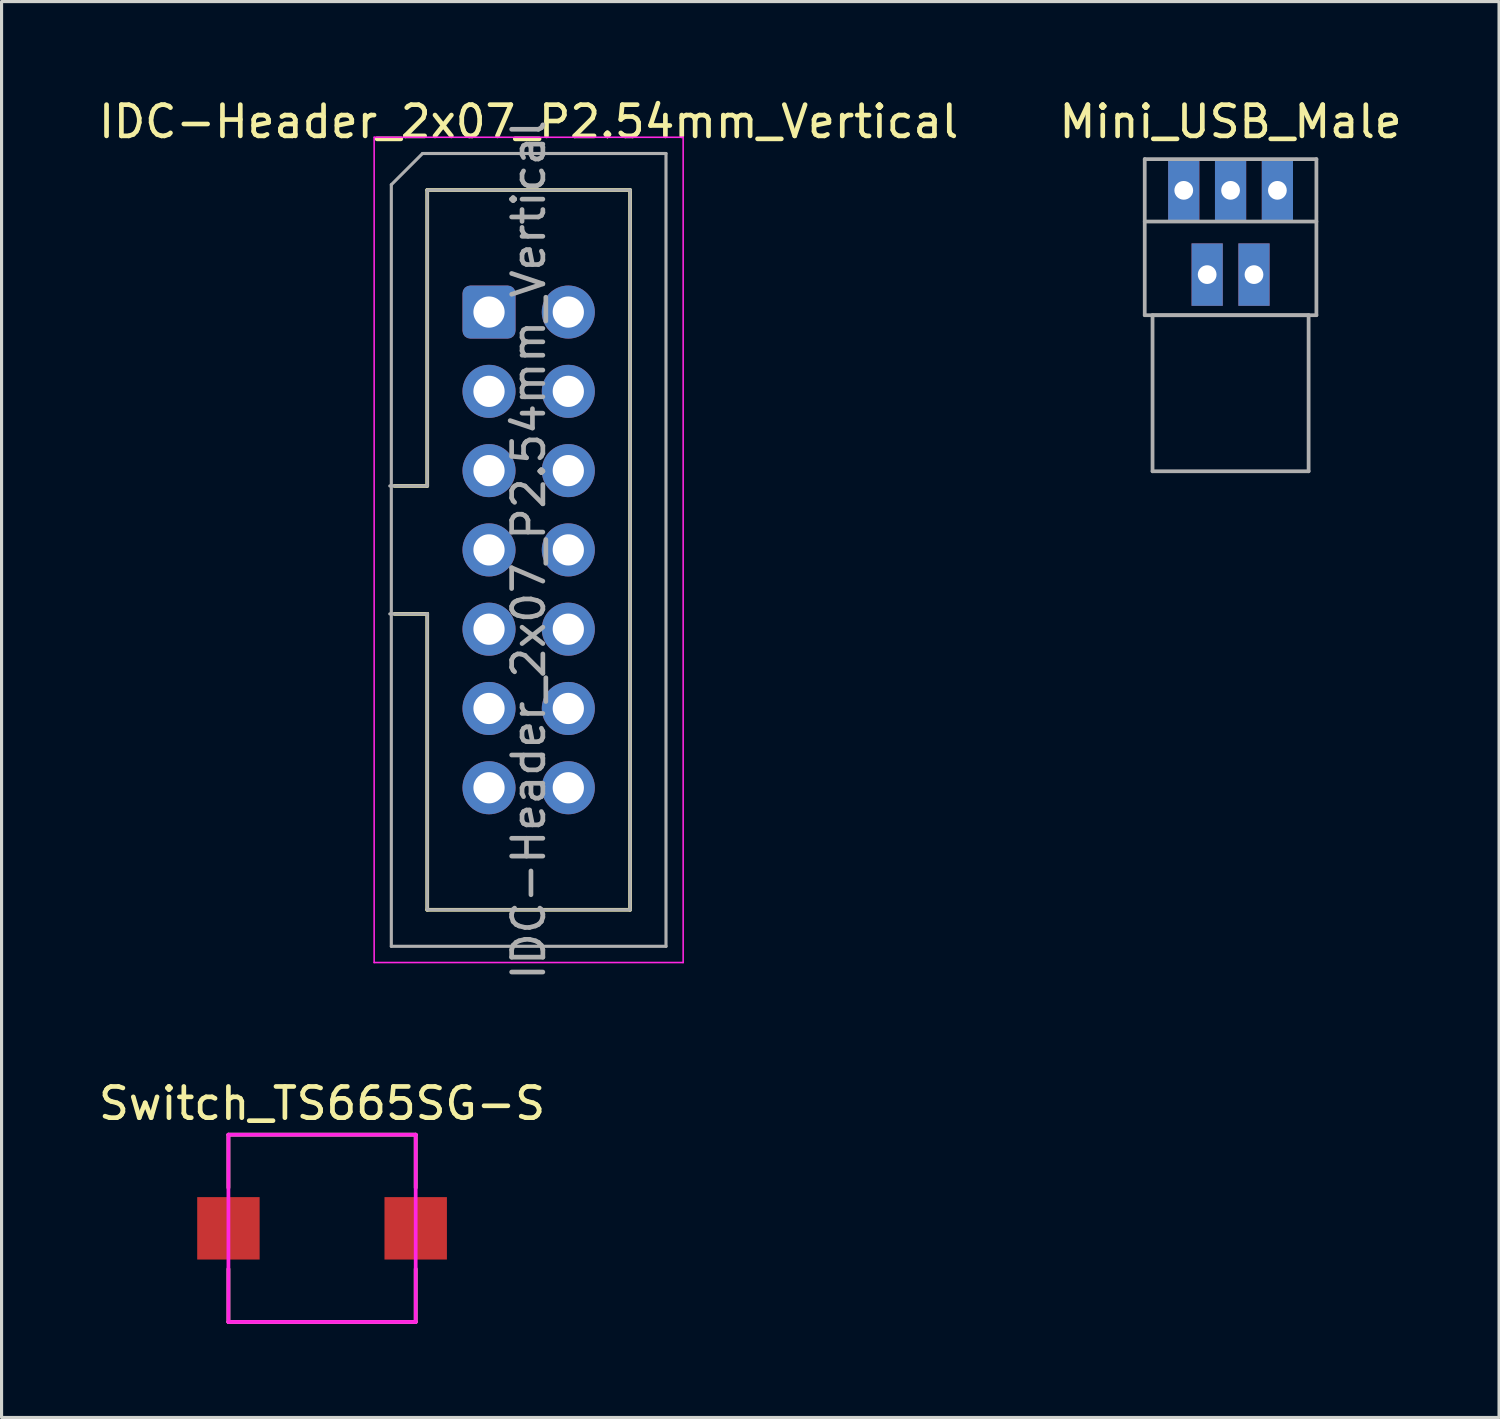
<source format=kicad_pcb>
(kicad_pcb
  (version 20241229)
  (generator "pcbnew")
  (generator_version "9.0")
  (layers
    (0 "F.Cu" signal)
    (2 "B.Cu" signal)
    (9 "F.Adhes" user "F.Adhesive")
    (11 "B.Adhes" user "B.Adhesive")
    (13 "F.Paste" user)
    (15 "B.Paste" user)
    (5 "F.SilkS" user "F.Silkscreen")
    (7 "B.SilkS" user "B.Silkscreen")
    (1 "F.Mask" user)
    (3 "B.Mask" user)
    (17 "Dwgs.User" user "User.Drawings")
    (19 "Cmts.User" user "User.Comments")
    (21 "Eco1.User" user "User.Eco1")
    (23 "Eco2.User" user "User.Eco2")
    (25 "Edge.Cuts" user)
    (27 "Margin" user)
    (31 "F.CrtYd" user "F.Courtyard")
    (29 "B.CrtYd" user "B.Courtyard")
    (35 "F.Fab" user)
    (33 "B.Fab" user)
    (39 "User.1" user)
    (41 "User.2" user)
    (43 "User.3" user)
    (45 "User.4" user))
  (footprint "Mini_USB_Male"
    (layer "F.Cu")
    (at 36.375 7.048)
    (property "Reference" "Mini_USB_Male" (at 0 -6.2 0) (layer "F.SilkS") (effects (font (size 1 1) (thickness 0.15))))
    (attr through_hole)
    (fp_line (start -2.75 -5) (end 2.75 -5) (stroke (width 0.12) (type solid)) (layer "F.Fab"))
    (fp_line (start -2.75 -3) (end 2.75 -3) (stroke (width 0.12) (type solid)) (layer "F.Fab"))
    (fp_line (start -2.75 0) (end -2.75 -5) (stroke (width 0.12) (type solid)) (layer "F.Fab"))
    (fp_line (start -2.5 0) (end 2.5 0) (stroke (width 0.12) (type solid)) (layer "F.Fab"))
    (fp_line (start -2.5 5) (end -2.5 0) (stroke (width 0.12) (type solid)) (layer "F.Fab"))
    (fp_line (start 2.5 0) (end 2.5 5) (stroke (width 0.12) (type solid)) (layer "F.Fab"))
    (fp_line (start 2.5 5) (end -2.5 5) (stroke (width 0.12) (type solid)) (layer "F.Fab"))
    (fp_line (start 2.75 -5) (end 2.75 0) (stroke (width 0.12) (type solid)) (layer "F.Fab"))
    (fp_line (start 2.75 0) (end -2.75 0) (stroke (width 0.12) (type solid)) (layer "F.Fab"))
    (pad "1" thru_hole rect (at -1.5 -4) (size 1 2) (drill 0.6) (layers "*.Cu" "*.Mask"))
    (pad "2" thru_hole rect (at -0.75 -1.3) (size 1 2) (drill 0.6) (layers "*.Cu" "*.Mask"))
    (pad "3" thru_hole rect (at 0 -4) (size 1 2) (drill 0.6) (layers "*.Cu" "*.Mask"))
    (pad "4" thru_hole rect (at 0.75 -1.3) (size 1 2) (drill 0.6) (layers "*.Cu" "*.Mask"))
    (pad "5" thru_hole rect (at 1.5 -4) (size 1 2) (drill 0.6) (layers "*.Cu" "*.Mask")))
  (footprint "IDC-Header_2x07_P2.54mm_Vertical"
    (layer "F.Cu")
    (at 13.887 14.568)
    (property "Reference" "IDC-Header_2x07_P2.54mm_Vertical" (at 0 -13.72 0) (layer "F.SilkS") (effects (font (size 1 1) (thickness 0.15))))
    (attr through_hole)
    (fp_line (start -4.3 -2.05) (end -3.25 -2.05) (stroke (width 0.12) (type solid)) (layer "F.SilkS"))
    (fp_line (start -3.25 -11.53) (end 3.25 -11.53) (stroke (width 0.12) (type solid)) (layer "F.SilkS"))
    (fp_line (start -3.25 -2.05) (end -3.25 -11.53) (stroke (width 0.12) (type solid)) (layer "F.SilkS"))
    (fp_line (start -3.25 2.05) (end -4.3 2.05) (stroke (width 0.12) (type solid)) (layer "F.SilkS"))
    (fp_line (start -3.25 2.05) (end -3.25 2.05) (stroke (width 0.12) (type solid)) (layer "F.SilkS"))
    (fp_line (start -3.25 11.53) (end -3.25 2.05) (stroke (width 0.12) (type solid)) (layer "F.SilkS"))
    (fp_line (start 3.25 -11.53) (end 3.25 11.53) (stroke (width 0.12) (type solid)) (layer "F.SilkS"))
    (fp_line (start 3.25 11.53) (end -3.25 11.53) (stroke (width 0.12) (type solid)) (layer "F.SilkS"))
    (fp_line (start -4.95 -13.22) (end -4.95 13.22) (stroke (width 0.05) (type solid)) (layer "F.CrtYd"))
    (fp_line (start -4.95 13.22) (end 4.95 13.22) (stroke (width 0.05) (type solid)) (layer "F.CrtYd"))
    (fp_line (start 4.95 -13.22) (end -4.95 -13.22) (stroke (width 0.05) (type solid)) (layer "F.CrtYd"))
    (fp_line (start 4.95 13.22) (end 4.95 -13.22) (stroke (width 0.05) (type solid)) (layer "F.CrtYd"))
    (fp_line (start -4.45 -2.05) (end -3.25 -2.05) (stroke (width 0.1) (type solid)) (layer "F.Fab"))
    (fp_line (start -4.4 -11.7) (end -3.4 -12.7) (stroke (width 0.1) (type solid)) (layer "F.Fab"))
    (fp_line (start -4.4 12.7) (end -4.4 -11.7) (stroke (width 0.1) (type solid)) (layer "F.Fab"))
    (fp_line (start -3.4 -12.7) (end 4.4 -12.7) (stroke (width 0.1) (type solid)) (layer "F.Fab"))
    (fp_line (start -3.25 -11.53) (end 3.25 -11.53) (stroke (width 0.1) (type solid)) (layer "F.Fab"))
    (fp_line (start -3.25 -2.05) (end -3.25 -11.53) (stroke (width 0.1) (type solid)) (layer "F.Fab"))
    (fp_line (start -3.25 2.05) (end -4.45 2.05) (stroke (width 0.1) (type solid)) (layer "F.Fab"))
    (fp_line (start -3.25 2.05) (end -3.25 2.05) (stroke (width 0.1) (type solid)) (layer "F.Fab"))
    (fp_line (start -3.25 11.53) (end -3.25 2.05) (stroke (width 0.1) (type solid)) (layer "F.Fab"))
    (fp_line (start 3.25 -11.53) (end 3.25 11.53) (stroke (width 0.1) (type solid)) (layer "F.Fab"))
    (fp_line (start 3.25 11.53) (end -3.25 11.53) (stroke (width 0.1) (type solid)) (layer "F.Fab"))
    (fp_line (start 4.4 -12.7) (end 4.4 12.7) (stroke (width 0.1) (type solid)) (layer "F.Fab"))
    (fp_line (start 4.4 12.7) (end -4.4 12.7) (stroke (width 0.1) (type solid)) (layer "F.Fab"))
    (fp_text user "${REFERENCE}" (at 0 0 90) (layer "F.Fab") (effects (font (size 1 1) (thickness 0.15))))
    (pad "1" thru_hole roundrect (at -1.27 -7.62) (size 1.7 1.7) (drill 1) (layers "*.Cu" "*.Mask") (roundrect_rratio 0.147))
    (pad "2" thru_hole circle (at 1.27 -7.62) (size 1.7 1.7) (drill 1) (layers "*.Cu" "*.Mask"))
    (pad "3" thru_hole circle (at -1.27 -5.08) (size 1.7 1.7) (drill 1) (layers "*.Cu" "*.Mask"))
    (pad "4" thru_hole circle (at 1.27 -5.08) (size 1.7 1.7) (drill 1) (layers "*.Cu" "*.Mask"))
    (pad "5" thru_hole circle (at -1.27 -2.54) (size 1.7 1.7) (drill 1) (layers "*.Cu" "*.Mask"))
    (pad "6" thru_hole circle (at 1.27 -2.54) (size 1.7 1.7) (drill 1) (layers "*.Cu" "*.Mask"))
    (pad "7" thru_hole circle (at -1.27 0) (size 1.7 1.7) (drill 1) (layers "*.Cu" "*.Mask"))
    (pad "8" thru_hole circle (at 1.27 0) (size 1.7 1.7) (drill 1) (layers "*.Cu" "*.Mask"))
    (pad "9" thru_hole circle (at -1.27 2.54) (size 1.7 1.7) (drill 1) (layers "*.Cu" "*.Mask"))
    (pad "10" thru_hole circle (at 1.27 2.54) (size 1.7 1.7) (drill 1) (layers "*.Cu" "*.Mask"))
    (pad "11" thru_hole circle (at -1.27 5.08) (size 1.7 1.7) (drill 1) (layers "*.Cu" "*.Mask"))
    (pad "12" thru_hole circle (at 1.27 5.08) (size 1.7 1.7) (drill 1) (layers "*.Cu" "*.Mask"))
    (pad "13" thru_hole circle (at -1.27 7.62) (size 1.7 1.7) (drill 1) (layers "*.Cu" "*.Mask"))
    (pad "14" thru_hole circle (at 1.27 7.62) (size 1.7 1.7) (drill 1) (layers "*.Cu" "*.Mask")))
  (footprint "Switch_TS665SG-S"
    (layer "F.Cu")
    (at 7.268 36.303)
    (property "Reference" "Switch_TS665SG-S" (at 0 -4 0) (layer "F.SilkS") (effects (font (size 1 1) (thickness 0.15))))
    (attr through_hole)
    (fp_line (start -3 -3) (end 3 -3) (stroke (width 0.12) (type solid)) (layer "F.SilkS"))
    (fp_line (start -3 -1.3) (end -3 -3) (stroke (width 0.12) (type solid)) (layer "F.SilkS"))
    (fp_line (start -3 3) (end -3 1.3) (stroke (width 0.12) (type solid)) (layer "F.SilkS"))
    (fp_line (start 3 -3) (end 3 -1.3) (stroke (width 0.12) (type solid)) (layer "F.SilkS"))
    (fp_line (start 3 1.3) (end 3 3) (stroke (width 0.12) (type solid)) (layer "F.SilkS"))
    (fp_line (start 3 3) (end -3 3) (stroke (width 0.12) (type solid)) (layer "F.SilkS"))
    (fp_line (start -3 -3) (end 3 -3) (stroke (width 0.12) (type solid)) (layer "F.CrtYd"))
    (fp_line (start -3 3) (end -3 -3) (stroke (width 0.12) (type solid)) (layer "F.CrtYd"))
    (fp_line (start 3 -3) (end 3 3) (stroke (width 0.12) (type solid)) (layer "F.CrtYd"))
    (fp_line (start 3 3) (end -3 3) (stroke (width 0.12) (type solid)) (layer "F.CrtYd"))
    (pad "1" smd rect (at -3 0) (size 2 2) (layers "F.Cu" "F.Mask" "F.Paste"))
    (pad "2" smd rect (at 3 0) (size 2 2) (layers "F.Cu" "F.Mask" "F.Paste")))
  (gr_rect
    (start -3 -3)
    (end 44.976 42.363)
    (stroke (width 0.1) (type default))
    (fill no)
    (layer "Edge.Cuts")))
</source>
